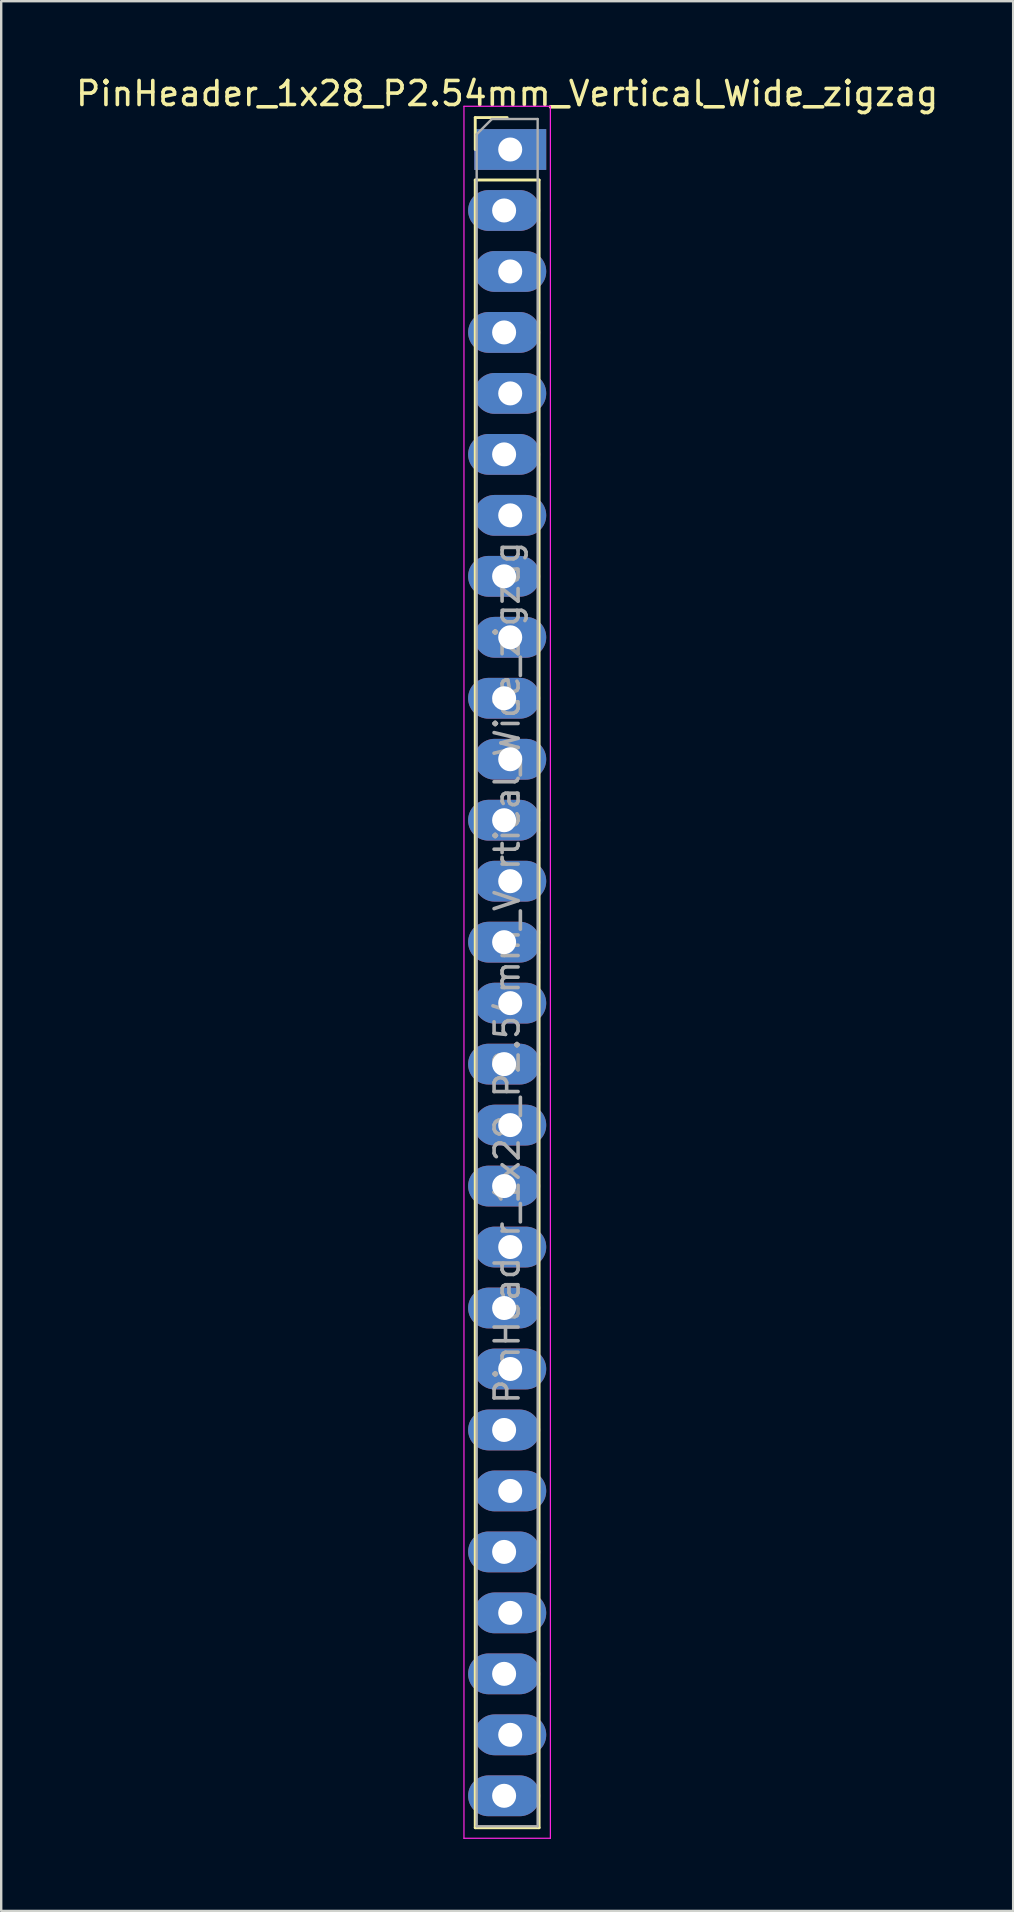
<source format=kicad_pcb>
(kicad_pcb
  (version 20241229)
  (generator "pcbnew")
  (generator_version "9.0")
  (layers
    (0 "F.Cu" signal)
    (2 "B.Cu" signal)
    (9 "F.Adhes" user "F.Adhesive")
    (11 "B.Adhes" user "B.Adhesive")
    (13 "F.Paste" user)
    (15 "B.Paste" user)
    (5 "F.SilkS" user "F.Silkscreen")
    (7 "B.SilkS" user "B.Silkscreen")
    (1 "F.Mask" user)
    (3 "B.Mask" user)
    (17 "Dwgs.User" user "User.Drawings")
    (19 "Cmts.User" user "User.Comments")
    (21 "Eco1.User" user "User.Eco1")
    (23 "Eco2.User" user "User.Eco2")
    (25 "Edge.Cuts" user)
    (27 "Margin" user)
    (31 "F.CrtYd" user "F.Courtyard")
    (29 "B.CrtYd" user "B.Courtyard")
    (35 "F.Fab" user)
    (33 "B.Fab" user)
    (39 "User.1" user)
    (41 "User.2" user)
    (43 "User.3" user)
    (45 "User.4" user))
  (footprint "PinHeader_1x28_P2.54mm_Vertical_Wide_zigzag"
    (layer "F.Cu")
    (at 18.077 3.178)
    (property "Reference" "PinHeader_1x28_P2.54mm_Vertical_Wide_zigzag" (at 0 -2.33 0) (layer "F.SilkS") (effects (font (size 1 1) (thickness 0.15))))
    (attr through_hole)
    (fp_line (start -1.33 -1.33) (end 0 -1.33) (stroke (width 0.12) (type solid)) (layer "F.SilkS"))
    (fp_line (start -1.33 0) (end -1.33 -1.33) (stroke (width 0.12) (type solid)) (layer "F.SilkS"))
    (fp_line (start -1.33 1.27) (end -1.33 69.91) (stroke (width 0.12) (type solid)) (layer "F.SilkS"))
    (fp_line (start -1.33 1.27) (end 1.33 1.27) (stroke (width 0.12) (type solid)) (layer "F.SilkS"))
    (fp_line (start -1.33 69.91) (end 1.33 69.91) (stroke (width 0.12) (type solid)) (layer "F.SilkS"))
    (fp_line (start 1.33 1.27) (end 1.33 69.91) (stroke (width 0.12) (type solid)) (layer "F.SilkS"))
    (fp_line (start -1.8 -1.8) (end -1.8 70.35) (stroke (width 0.05) (type solid)) (layer "F.CrtYd"))
    (fp_line (start -1.8 70.35) (end 1.8 70.35) (stroke (width 0.05) (type solid)) (layer "F.CrtYd"))
    (fp_line (start 1.8 -1.8) (end -1.8 -1.8) (stroke (width 0.05) (type solid)) (layer "F.CrtYd"))
    (fp_line (start 1.8 70.35) (end 1.8 -1.8) (stroke (width 0.05) (type solid)) (layer "F.CrtYd"))
    (fp_line (start -1.27 -0.635) (end -0.635 -1.27) (stroke (width 0.1) (type solid)) (layer "F.Fab"))
    (fp_line (start -1.27 69.85) (end -1.27 -0.635) (stroke (width 0.1) (type solid)) (layer "F.Fab"))
    (fp_line (start -0.635 -1.27) (end 1.27 -1.27) (stroke (width 0.1) (type solid)) (layer "F.Fab"))
    (fp_line (start 1.27 -1.27) (end 1.27 69.85) (stroke (width 0.1) (type solid)) (layer "F.Fab"))
    (fp_line (start 1.27 69.85) (end -1.27 69.85) (stroke (width 0.1) (type solid)) (layer "F.Fab"))
    (fp_text user "${REFERENCE}" (at 0 34.29 90) (layer "F.Fab") (effects (font (size 1 1) (thickness 0.15))))
    (pad "1" thru_hole rect (at 0.127 0) (size 3 1.7) (drill 1) (layers "*.Cu" "*.Mask"))
    (pad "2" thru_hole oval (at -0.127 2.54) (size 3 1.7) (drill 1) (layers "*.Cu" "*.Mask"))
    (pad "3" thru_hole oval (at 0.127 5.08) (size 3 1.7) (drill 1) (layers "*.Cu" "*.Mask"))
    (pad "4" thru_hole oval (at -0.127 7.62) (size 3 1.7) (drill 1) (layers "*.Cu" "*.Mask"))
    (pad "5" thru_hole oval (at 0.127 10.16) (size 3 1.7) (drill 1) (layers "*.Cu" "*.Mask"))
    (pad "6" thru_hole oval (at -0.127 12.7) (size 3 1.7) (drill 1) (layers "*.Cu" "*.Mask"))
    (pad "7" thru_hole oval (at 0.127 15.24) (size 3 1.7) (drill 1) (layers "*.Cu" "*.Mask"))
    (pad "8" thru_hole oval (at -0.127 17.78) (size 3 1.7) (drill 1) (layers "*.Cu" "*.Mask"))
    (pad "9" thru_hole oval (at 0.127 20.32) (size 3 1.7) (drill 1) (layers "*.Cu" "*.Mask"))
    (pad "10" thru_hole oval (at -0.127 22.86) (size 3 1.7) (drill 1) (layers "*.Cu" "*.Mask"))
    (pad "11" thru_hole oval (at 0.127 25.4) (size 3 1.7) (drill 1) (layers "*.Cu" "*.Mask"))
    (pad "12" thru_hole oval (at -0.127 27.94) (size 3 1.7) (drill 1) (layers "*.Cu" "*.Mask"))
    (pad "13" thru_hole oval (at 0.127 30.48) (size 3 1.7) (drill 1) (layers "*.Cu" "*.Mask"))
    (pad "14" thru_hole oval (at -0.127 33.02) (size 3 1.7) (drill 1) (layers "*.Cu" "*.Mask"))
    (pad "15" thru_hole oval (at 0.127 35.56) (size 3 1.7) (drill 1) (layers "*.Cu" "*.Mask"))
    (pad "16" thru_hole oval (at -0.127 38.1) (size 3 1.7) (drill 1) (layers "*.Cu" "*.Mask"))
    (pad "17" thru_hole oval (at 0.127 40.64) (size 3 1.7) (drill 1) (layers "*.Cu" "*.Mask"))
    (pad "18" thru_hole oval (at -0.127 43.18) (size 3 1.7) (drill 1) (layers "*.Cu" "*.Mask"))
    (pad "19" thru_hole oval (at 0.127 45.72) (size 3 1.7) (drill 1) (layers "*.Cu" "*.Mask"))
    (pad "20" thru_hole oval (at -0.127 48.26) (size 3 1.7) (drill 1) (layers "*.Cu" "*.Mask"))
    (pad "21" thru_hole oval (at 0.127 50.8) (size 3 1.7) (drill 1) (layers "*.Cu" "*.Mask"))
    (pad "22" thru_hole oval (at -0.127 53.34) (size 3 1.7) (drill 1) (layers "*.Cu" "*.Mask"))
    (pad "23" thru_hole oval (at 0.127 55.88) (size 3 1.7) (drill 1) (layers "*.Cu" "*.Mask"))
    (pad "24" thru_hole oval (at -0.127 58.42) (size 3 1.7) (drill 1) (layers "*.Cu" "*.Mask"))
    (pad "25" thru_hole oval (at 0.127 60.96) (size 3 1.7) (drill 1) (layers "*.Cu" "*.Mask"))
    (pad "26" thru_hole oval (at -0.127 63.5) (size 3 1.7) (drill 1) (layers "*.Cu" "*.Mask"))
    (pad "27" thru_hole oval (at 0.127 66.04) (size 3 1.7) (drill 1) (layers "*.Cu" "*.Mask"))
    (pad "28" thru_hole oval (at -0.127 68.58) (size 3 1.7) (drill 1) (layers "*.Cu" "*.Mask")))
  (gr_rect
    (start -3 -3)
    (end 39.155 76.553)
    (stroke (width 0.1) (type default))
    (fill no)
    (layer "Edge.Cuts")))
</source>
